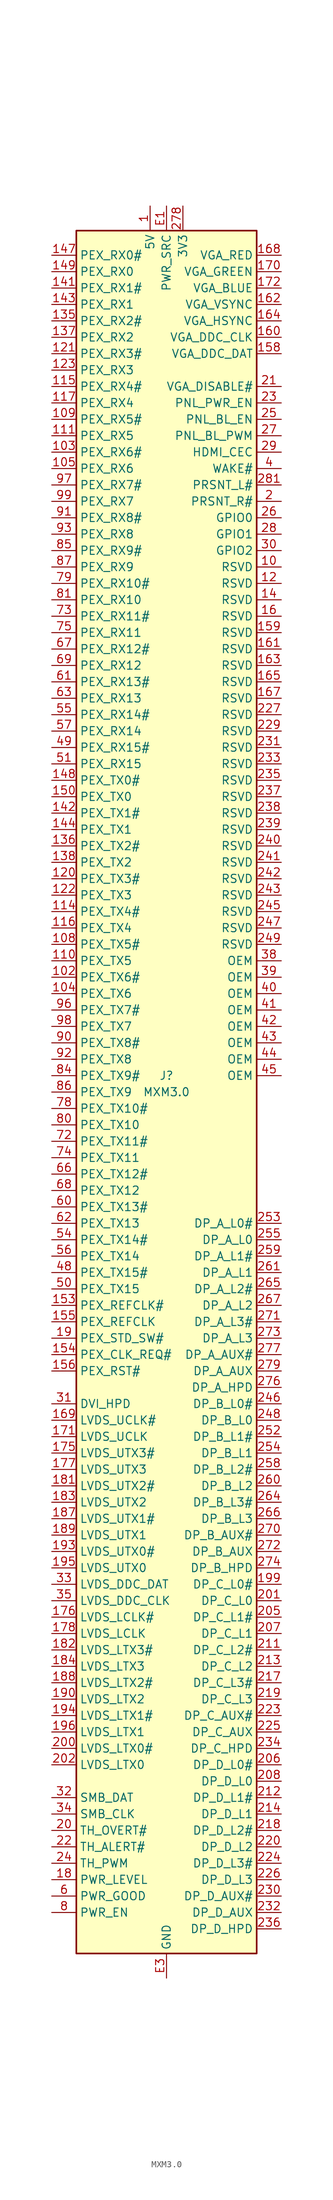
<source format=kicad_sym>
(kicad_symbol_lib
  (version 20220914)
  (generator kicad_symbol_editor)
  (symbol "MXM3.0"
    (property "Reference" "J"
      (at 0 2.54 0)
      (effects (font (size 1.27 1.27))))
    (property "Value" "MXM3.0"
      (at 0 0 0)
      (effects (font (size 1.27 1.27))))
    (symbol "MXM3.0_1_1"
      (rectangle (start -13.97 133.35) (end 13.97 -133.35) (stroke (width 0.254) (type default)) (fill (type background)))
      (pin power_in line (at -2.54 137.16 270) (length 3.81) (name "5V" (effects (font (size 1.27 1.27)))) (number "1" (effects (font (size 1.27 1.27)))))
      (pin bidirectional line (at 17.78 81.28 180) (length 3.81) (name "RSVD" (effects (font (size 1.27 1.27)))) (number "10" (effects (font (size 1.27 1.27)))))
      (pin passive line (at 0 -137.16 90) (length 3.81) hide (name "GND" (effects (font (size 1.27 1.27)))) (number "100" (effects (font (size 1.27 1.27)))))
      (pin passive line (at 0 -137.16 90) (length 3.81) hide (name "GND" (effects (font (size 1.27 1.27)))) (number "101" (effects (font (size 1.27 1.27)))))
      (pin input line (at -17.78 17.78 0) (length 3.81) (name "PEX_TX6#" (effects (font (size 1.27 1.27)))) (number "102" (effects (font (size 1.27 1.27)))))
      (pin output line (at -17.78 99.06 0) (length 3.81) (name "PEX_RX6#" (effects (font (size 1.27 1.27)))) (number "103" (effects (font (size 1.27 1.27)))))
      (pin input line (at -17.78 15.24 0) (length 3.81) (name "PEX_TX6" (effects (font (size 1.27 1.27)))) (number "104" (effects (font (size 1.27 1.27)))))
      (pin output line (at -17.78 96.52 0) (length 3.81) (name "PEX_RX6" (effects (font (size 1.27 1.27)))) (number "105" (effects (font (size 1.27 1.27)))))
      (pin passive line (at 0 -137.16 90) (length 3.81) hide (name "GND" (effects (font (size 1.27 1.27)))) (number "106" (effects (font (size 1.27 1.27)))))
      (pin passive line (at 0 -137.16 90) (length 3.81) hide (name "GND" (effects (font (size 1.27 1.27)))) (number "107" (effects (font (size 1.27 1.27)))))
      (pin input line (at -17.78 22.86 0) (length 3.81) (name "PEX_TX5#" (effects (font (size 1.27 1.27)))) (number "108" (effects (font (size 1.27 1.27)))))
      (pin output line (at -17.78 104.14 0) (length 3.81) (name "PEX_RX5#" (effects (font (size 1.27 1.27)))) (number "109" (effects (font (size 1.27 1.27)))))
      (pin passive line (at 0 -137.16 90) (length 3.81) hide (name "GND" (effects (font (size 1.27 1.27)))) (number "11" (effects (font (size 1.27 1.27)))))
      (pin input line (at -17.78 20.32 0) (length 3.81) (name "PEX_TX5" (effects (font (size 1.27 1.27)))) (number "110" (effects (font (size 1.27 1.27)))))
      (pin output line (at -17.78 101.6 0) (length 3.81) (name "PEX_RX5" (effects (font (size 1.27 1.27)))) (number "111" (effects (font (size 1.27 1.27)))))
      (pin passive line (at 0 -137.16 90) (length 3.81) hide (name "GND" (effects (font (size 1.27 1.27)))) (number "112" (effects (font (size 1.27 1.27)))))
      (pin passive line (at 0 -137.16 90) (length 3.81) hide (name "GND" (effects (font (size 1.27 1.27)))) (number "113" (effects (font (size 1.27 1.27)))))
      (pin input line (at -17.78 27.94 0) (length 3.81) (name "PEX_TX4#" (effects (font (size 1.27 1.27)))) (number "114" (effects (font (size 1.27 1.27)))))
      (pin output line (at -17.78 109.22 0) (length 3.81) (name "PEX_RX4#" (effects (font (size 1.27 1.27)))) (number "115" (effects (font (size 1.27 1.27)))))
      (pin input line (at -17.78 25.4 0) (length 3.81) (name "PEX_TX4" (effects (font (size 1.27 1.27)))) (number "116" (effects (font (size 1.27 1.27)))))
      (pin output line (at -17.78 106.68 0) (length 3.81) (name "PEX_RX4" (effects (font (size 1.27 1.27)))) (number "117" (effects (font (size 1.27 1.27)))))
      (pin passive line (at 0 -137.16 90) (length 3.81) hide (name "GND" (effects (font (size 1.27 1.27)))) (number "118" (effects (font (size 1.27 1.27)))))
      (pin passive line (at 0 -137.16 90) (length 3.81) hide (name "GND" (effects (font (size 1.27 1.27)))) (number "119" (effects (font (size 1.27 1.27)))))
      (pin bidirectional line (at 17.78 78.74 180) (length 3.81) (name "RSVD" (effects (font (size 1.27 1.27)))) (number "12" (effects (font (size 1.27 1.27)))))
      (pin input line (at -17.78 33.02 0) (length 3.81) (name "PEX_TX3#" (effects (font (size 1.27 1.27)))) (number "120" (effects (font (size 1.27 1.27)))))
      (pin output line (at -17.78 114.3 0) (length 3.81) (name "PEX_RX3#" (effects (font (size 1.27 1.27)))) (number "121" (effects (font (size 1.27 1.27)))))
      (pin input line (at -17.78 30.48 0) (length 3.81) (name "PEX_TX3" (effects (font (size 1.27 1.27)))) (number "122" (effects (font (size 1.27 1.27)))))
      (pin output line (at -17.78 111.76 0) (length 3.81) (name "PEX_RX3" (effects (font (size 1.27 1.27)))) (number "123" (effects (font (size 1.27 1.27)))))
      (pin passive line (at 0 -137.16 90) (length 3.81) hide (name "GND" (effects (font (size 1.27 1.27)))) (number "124" (effects (font (size 1.27 1.27)))))
      (pin passive line (at 0 -137.16 90) (length 3.81) hide (name "GND" (effects (font (size 1.27 1.27)))) (number "125" (effects (font (size 1.27 1.27)))))
      (pin passive line (at 0 -137.16 90) (length 3.81) hide (name "GND" (effects (font (size 1.27 1.27)))) (number "13" (effects (font (size 1.27 1.27)))))
      (pin passive line (at 0 -137.16 90) (length 3.81) hide (name "GND" (effects (font (size 1.27 1.27)))) (number "133" (effects (font (size 1.27 1.27)))))
      (pin passive line (at 0 -137.16 90) (length 3.81) hide (name "GND" (effects (font (size 1.27 1.27)))) (number "134" (effects (font (size 1.27 1.27)))))
      (pin output line (at -17.78 119.38 0) (length 3.81) (name "PEX_RX2#" (effects (font (size 1.27 1.27)))) (number "135" (effects (font (size 1.27 1.27)))))
      (pin input line (at -17.78 38.1 0) (length 3.81) (name "PEX_TX2#" (effects (font (size 1.27 1.27)))) (number "136" (effects (font (size 1.27 1.27)))))
      (pin output line (at -17.78 116.84 0) (length 3.81) (name "PEX_RX2" (effects (font (size 1.27 1.27)))) (number "137" (effects (font (size 1.27 1.27)))))
      (pin input line (at -17.78 35.56 0) (length 3.81) (name "PEX_TX2" (effects (font (size 1.27 1.27)))) (number "138" (effects (font (size 1.27 1.27)))))
      (pin passive line (at 0 -137.16 90) (length 3.81) hide (name "GND" (effects (font (size 1.27 1.27)))) (number "139" (effects (font (size 1.27 1.27)))))
      (pin bidirectional line (at 17.78 76.2 180) (length 3.81) (name "RSVD" (effects (font (size 1.27 1.27)))) (number "14" (effects (font (size 1.27 1.27)))))
      (pin passive line (at 0 -137.16 90) (length 3.81) hide (name "GND" (effects (font (size 1.27 1.27)))) (number "140" (effects (font (size 1.27 1.27)))))
      (pin output line (at -17.78 124.46 0) (length 3.81) (name "PEX_RX1#" (effects (font (size 1.27 1.27)))) (number "141" (effects (font (size 1.27 1.27)))))
      (pin input line (at -17.78 43.18 0) (length 3.81) (name "PEX_TX1#" (effects (font (size 1.27 1.27)))) (number "142" (effects (font (size 1.27 1.27)))))
      (pin output line (at -17.78 121.92 0) (length 3.81) (name "PEX_RX1" (effects (font (size 1.27 1.27)))) (number "143" (effects (font (size 1.27 1.27)))))
      (pin input line (at -17.78 40.64 0) (length 3.81) (name "PEX_TX1" (effects (font (size 1.27 1.27)))) (number "144" (effects (font (size 1.27 1.27)))))
      (pin passive line (at 0 -137.16 90) (length 3.81) hide (name "GND" (effects (font (size 1.27 1.27)))) (number "145" (effects (font (size 1.27 1.27)))))
      (pin passive line (at 0 -137.16 90) (length 3.81) hide (name "GND" (effects (font (size 1.27 1.27)))) (number "146" (effects (font (size 1.27 1.27)))))
      (pin output line (at -17.78 129.54 0) (length 3.81) (name "PEX_RX0#" (effects (font (size 1.27 1.27)))) (number "147" (effects (font (size 1.27 1.27)))))
      (pin input line (at -17.78 48.26 0) (length 3.81) (name "PEX_TX0#" (effects (font (size 1.27 1.27)))) (number "148" (effects (font (size 1.27 1.27)))))
      (pin output line (at -17.78 127 0) (length 3.81) (name "PEX_RX0" (effects (font (size 1.27 1.27)))) (number "149" (effects (font (size 1.27 1.27)))))
      (pin passive line (at 0 -137.16 90) (length 3.81) hide (name "GND" (effects (font (size 1.27 1.27)))) (number "15" (effects (font (size 1.27 1.27)))))
      (pin input line (at -17.78 45.72 0) (length 3.81) (name "PEX_TX0" (effects (font (size 1.27 1.27)))) (number "150" (effects (font (size 1.27 1.27)))))
      (pin passive line (at 0 -137.16 90) (length 3.81) hide (name "GND" (effects (font (size 1.27 1.27)))) (number "151" (effects (font (size 1.27 1.27)))))
      (pin passive line (at 0 -137.16 90) (length 3.81) hide (name "GND" (effects (font (size 1.27 1.27)))) (number "152" (effects (font (size 1.27 1.27)))))
      (pin input line (at -17.78 -33.02 0) (length 3.81) (name "PEX_REFCLK#" (effects (font (size 1.27 1.27)))) (number "153" (effects (font (size 1.27 1.27)))))
      (pin output line (at -17.78 -40.64 0) (length 3.81) (name "PEX_CLK_REQ#" (effects (font (size 1.27 1.27)))) (number "154" (effects (font (size 1.27 1.27)))))
      (pin input line (at -17.78 -35.56 0) (length 3.81) (name "PEX_REFCLK" (effects (font (size 1.27 1.27)))) (number "155" (effects (font (size 1.27 1.27)))))
      (pin input line (at -17.78 -43.18 0) (length 3.81) (name "PEX_RST#" (effects (font (size 1.27 1.27)))) (number "156" (effects (font (size 1.27 1.27)))))
      (pin passive line (at 0 -137.16 90) (length 3.81) hide (name "GND" (effects (font (size 1.27 1.27)))) (number "157" (effects (font (size 1.27 1.27)))))
      (pin bidirectional line (at 17.78 114.3 180) (length 3.81) (name "VGA_DDC_DAT" (effects (font (size 1.27 1.27)))) (number "158" (effects (font (size 1.27 1.27)))))
      (pin bidirectional line (at 17.78 71.12 180) (length 3.81) (name "RSVD" (effects (font (size 1.27 1.27)))) (number "159" (effects (font (size 1.27 1.27)))))
      (pin bidirectional line (at 17.78 73.66 180) (length 3.81) (name "RSVD" (effects (font (size 1.27 1.27)))) (number "16" (effects (font (size 1.27 1.27)))))
      (pin output line (at 17.78 116.84 180) (length 3.81) (name "VGA_DDC_CLK" (effects (font (size 1.27 1.27)))) (number "160" (effects (font (size 1.27 1.27)))))
      (pin bidirectional line (at 17.78 68.58 180) (length 3.81) (name "RSVD" (effects (font (size 1.27 1.27)))) (number "161" (effects (font (size 1.27 1.27)))))
      (pin output line (at 17.78 121.92 180) (length 3.81) (name "VGA_VSYNC" (effects (font (size 1.27 1.27)))) (number "162" (effects (font (size 1.27 1.27)))))
      (pin bidirectional line (at 17.78 66.04 180) (length 3.81) (name "RSVD" (effects (font (size 1.27 1.27)))) (number "163" (effects (font (size 1.27 1.27)))))
      (pin output line (at 17.78 119.38 180) (length 3.81) (name "VGA_HSYNC" (effects (font (size 1.27 1.27)))) (number "164" (effects (font (size 1.27 1.27)))))
      (pin bidirectional line (at 17.78 63.5 180) (length 3.81) (name "RSVD" (effects (font (size 1.27 1.27)))) (number "165" (effects (font (size 1.27 1.27)))))
      (pin passive line (at 0 -137.16 90) (length 3.81) hide (name "GND" (effects (font (size 1.27 1.27)))) (number "166" (effects (font (size 1.27 1.27)))))
      (pin bidirectional line (at 17.78 60.96 180) (length 3.81) (name "RSVD" (effects (font (size 1.27 1.27)))) (number "167" (effects (font (size 1.27 1.27)))))
      (pin output line (at 17.78 129.54 180) (length 3.81) (name "VGA_RED" (effects (font (size 1.27 1.27)))) (number "168" (effects (font (size 1.27 1.27)))))
      (pin output line (at -17.78 -50.8 0) (length 3.81) (name "LVDS_UCLK#" (effects (font (size 1.27 1.27)))) (number "169" (effects (font (size 1.27 1.27)))))
      (pin passive line (at 0 -137.16 90) (length 3.81) hide (name "GND" (effects (font (size 1.27 1.27)))) (number "17" (effects (font (size 1.27 1.27)))))
      (pin output line (at 17.78 127 180) (length 3.81) (name "VGA_GREEN" (effects (font (size 1.27 1.27)))) (number "170" (effects (font (size 1.27 1.27)))))
      (pin output line (at -17.78 -53.34 0) (length 3.81) (name "LVDS_UCLK" (effects (font (size 1.27 1.27)))) (number "171" (effects (font (size 1.27 1.27)))))
      (pin output line (at 17.78 124.46 180) (length 3.81) (name "VGA_BLUE" (effects (font (size 1.27 1.27)))) (number "172" (effects (font (size 1.27 1.27)))))
      (pin passive line (at 0 -137.16 90) (length 3.81) hide (name "GND" (effects (font (size 1.27 1.27)))) (number "173" (effects (font (size 1.27 1.27)))))
      (pin passive line (at 0 -137.16 90) (length 3.81) hide (name "GND" (effects (font (size 1.27 1.27)))) (number "174" (effects (font (size 1.27 1.27)))))
      (pin output line (at -17.78 -55.88 0) (length 3.81) (name "LVDS_UTX3#" (effects (font (size 1.27 1.27)))) (number "175" (effects (font (size 1.27 1.27)))))
      (pin output line (at -17.78 -81.28 0) (length 3.81) (name "LVDS_LCLK#" (effects (font (size 1.27 1.27)))) (number "176" (effects (font (size 1.27 1.27)))))
      (pin output line (at -17.78 -58.42 0) (length 3.81) (name "LVDS_UTX3" (effects (font (size 1.27 1.27)))) (number "177" (effects (font (size 1.27 1.27)))))
      (pin output line (at -17.78 -83.82 0) (length 3.81) (name "LVDS_LCLK" (effects (font (size 1.27 1.27)))) (number "178" (effects (font (size 1.27 1.27)))))
      (pin passive line (at 0 -137.16 90) (length 3.81) hide (name "GND" (effects (font (size 1.27 1.27)))) (number "179" (effects (font (size 1.27 1.27)))))
      (pin input line (at -17.78 -121.92 0) (length 3.81) (name "PWR_LEVEL" (effects (font (size 1.27 1.27)))) (number "18" (effects (font (size 1.27 1.27)))))
      (pin passive line (at 0 -137.16 90) (length 3.81) hide (name "GND" (effects (font (size 1.27 1.27)))) (number "180" (effects (font (size 1.27 1.27)))))
      (pin output line (at -17.78 -60.96 0) (length 3.81) (name "LVDS_UTX2#" (effects (font (size 1.27 1.27)))) (number "181" (effects (font (size 1.27 1.27)))))
      (pin output line (at -17.78 -86.36 0) (length 3.81) (name "LVDS_LTX3#" (effects (font (size 1.27 1.27)))) (number "182" (effects (font (size 1.27 1.27)))))
      (pin output line (at -17.78 -63.5 0) (length 3.81) (name "LVDS_UTX2" (effects (font (size 1.27 1.27)))) (number "183" (effects (font (size 1.27 1.27)))))
      (pin output line (at -17.78 -88.9 0) (length 3.81) (name "LVDS_LTX3" (effects (font (size 1.27 1.27)))) (number "184" (effects (font (size 1.27 1.27)))))
      (pin passive line (at 0 -137.16 90) (length 3.81) hide (name "GND" (effects (font (size 1.27 1.27)))) (number "185" (effects (font (size 1.27 1.27)))))
      (pin passive line (at 0 -137.16 90) (length 3.81) hide (name "GND" (effects (font (size 1.27 1.27)))) (number "186" (effects (font (size 1.27 1.27)))))
      (pin output line (at -17.78 -66.04 0) (length 3.81) (name "LVDS_UTX1#" (effects (font (size 1.27 1.27)))) (number "187" (effects (font (size 1.27 1.27)))))
      (pin output line (at -17.78 -91.44 0) (length 3.81) (name "LVDS_LTX2#" (effects (font (size 1.27 1.27)))) (number "188" (effects (font (size 1.27 1.27)))))
      (pin output line (at -17.78 -68.58 0) (length 3.81) (name "LVDS_UTX1" (effects (font (size 1.27 1.27)))) (number "189" (effects (font (size 1.27 1.27)))))
      (pin input line (at -17.78 -38.1 0) (length 3.81) (name "PEX_STD_SW#" (effects (font (size 1.27 1.27)))) (number "19" (effects (font (size 1.27 1.27)))))
      (pin output line (at -17.78 -93.98 0) (length 3.81) (name "LVDS_LTX2" (effects (font (size 1.27 1.27)))) (number "190" (effects (font (size 1.27 1.27)))))
      (pin passive line (at 0 -137.16 90) (length 3.81) hide (name "GND" (effects (font (size 1.27 1.27)))) (number "191" (effects (font (size 1.27 1.27)))))
      (pin passive line (at 0 -137.16 90) (length 3.81) hide (name "GND" (effects (font (size 1.27 1.27)))) (number "192" (effects (font (size 1.27 1.27)))))
      (pin output line (at -17.78 -71.12 0) (length 3.81) (name "LVDS_UTX0#" (effects (font (size 1.27 1.27)))) (number "193" (effects (font (size 1.27 1.27)))))
      (pin output line (at -17.78 -96.52 0) (length 3.81) (name "LVDS_LTX1#" (effects (font (size 1.27 1.27)))) (number "194" (effects (font (size 1.27 1.27)))))
      (pin output line (at -17.78 -73.66 0) (length 3.81) (name "LVDS_UTX0" (effects (font (size 1.27 1.27)))) (number "195" (effects (font (size 1.27 1.27)))))
      (pin output line (at -17.78 -99.06 0) (length 3.81) (name "LVDS_LTX1" (effects (font (size 1.27 1.27)))) (number "196" (effects (font (size 1.27 1.27)))))
      (pin passive line (at 0 -137.16 90) (length 3.81) hide (name "GND" (effects (font (size 1.27 1.27)))) (number "197" (effects (font (size 1.27 1.27)))))
      (pin passive line (at 0 -137.16 90) (length 3.81) hide (name "GND" (effects (font (size 1.27 1.27)))) (number "198" (effects (font (size 1.27 1.27)))))
      (pin output line (at 17.78 -76.2 180) (length 3.81) (name "DP_C_L0#" (effects (font (size 1.27 1.27)))) (number "199" (effects (font (size 1.27 1.27)))))
      (pin output line (at 17.78 91.44 180) (length 3.81) (name "PRSNT_R#" (effects (font (size 1.27 1.27)))) (number "2" (effects (font (size 1.27 1.27)))))
      (pin output line (at -17.78 -114.3 0) (length 3.81) (name "TH_OVERT#" (effects (font (size 1.27 1.27)))) (number "20" (effects (font (size 1.27 1.27)))))
      (pin output line (at -17.78 -101.6 0) (length 3.81) (name "LVDS_LTX0#" (effects (font (size 1.27 1.27)))) (number "200" (effects (font (size 1.27 1.27)))))
      (pin output line (at 17.78 -78.74 180) (length 3.81) (name "DP_C_L0" (effects (font (size 1.27 1.27)))) (number "201" (effects (font (size 1.27 1.27)))))
      (pin output line (at -17.78 -104.14 0) (length 3.81) (name "LVDS_LTX0" (effects (font (size 1.27 1.27)))) (number "202" (effects (font (size 1.27 1.27)))))
      (pin passive line (at 0 -137.16 90) (length 3.81) hide (name "GND" (effects (font (size 1.27 1.27)))) (number "203" (effects (font (size 1.27 1.27)))))
      (pin passive line (at 0 -137.16 90) (length 3.81) hide (name "GND" (effects (font (size 1.27 1.27)))) (number "204" (effects (font (size 1.27 1.27)))))
      (pin output line (at 17.78 -81.28 180) (length 3.81) (name "DP_C_L1#" (effects (font (size 1.27 1.27)))) (number "205" (effects (font (size 1.27 1.27)))))
      (pin output line (at 17.78 -104.14 180) (length 3.81) (name "DP_D_L0#" (effects (font (size 1.27 1.27)))) (number "206" (effects (font (size 1.27 1.27)))))
      (pin output line (at 17.78 -83.82 180) (length 3.81) (name "DP_C_L1" (effects (font (size 1.27 1.27)))) (number "207" (effects (font (size 1.27 1.27)))))
      (pin output line (at 17.78 -106.68 180) (length 3.81) (name "DP_D_L0" (effects (font (size 1.27 1.27)))) (number "208" (effects (font (size 1.27 1.27)))))
      (pin passive line (at 0 -137.16 90) (length 3.81) hide (name "GND" (effects (font (size 1.27 1.27)))) (number "209" (effects (font (size 1.27 1.27)))))
      (pin input line (at 17.78 109.22 180) (length 3.81) (name "VGA_DISABLE#" (effects (font (size 1.27 1.27)))) (number "21" (effects (font (size 1.27 1.27)))))
      (pin passive line (at 0 -137.16 90) (length 3.81) hide (name "GND" (effects (font (size 1.27 1.27)))) (number "210" (effects (font (size 1.27 1.27)))))
      (pin output line (at 17.78 -86.36 180) (length 3.81) (name "DP_C_L2#" (effects (font (size 1.27 1.27)))) (number "211" (effects (font (size 1.27 1.27)))))
      (pin output line (at 17.78 -109.22 180) (length 3.81) (name "DP_D_L1#" (effects (font (size 1.27 1.27)))) (number "212" (effects (font (size 1.27 1.27)))))
      (pin output line (at 17.78 -88.9 180) (length 3.81) (name "DP_C_L2" (effects (font (size 1.27 1.27)))) (number "213" (effects (font (size 1.27 1.27)))))
      (pin output line (at 17.78 -111.76 180) (length 3.81) (name "DP_D_L1" (effects (font (size 1.27 1.27)))) (number "214" (effects (font (size 1.27 1.27)))))
      (pin passive line (at 0 -137.16 90) (length 3.81) hide (name "GND" (effects (font (size 1.27 1.27)))) (number "215" (effects (font (size 1.27 1.27)))))
      (pin passive line (at 0 -137.16 90) (length 3.81) hide (name "GND" (effects (font (size 1.27 1.27)))) (number "216" (effects (font (size 1.27 1.27)))))
      (pin output line (at 17.78 -91.44 180) (length 3.81) (name "DP_C_L3#" (effects (font (size 1.27 1.27)))) (number "217" (effects (font (size 1.27 1.27)))))
      (pin output line (at 17.78 -114.3 180) (length 3.81) (name "DP_D_L2#" (effects (font (size 1.27 1.27)))) (number "218" (effects (font (size 1.27 1.27)))))
      (pin output line (at 17.78 -93.98 180) (length 3.81) (name "DP_C_L3" (effects (font (size 1.27 1.27)))) (number "219" (effects (font (size 1.27 1.27)))))
      (pin bidirectional line (at -17.78 -116.84 0) (length 3.81) (name "TH_ALERT#" (effects (font (size 1.27 1.27)))) (number "22" (effects (font (size 1.27 1.27)))))
      (pin output line (at 17.78 -116.84 180) (length 3.81) (name "DP_D_L2" (effects (font (size 1.27 1.27)))) (number "220" (effects (font (size 1.27 1.27)))))
      (pin passive line (at 0 -137.16 90) (length 3.81) hide (name "GND" (effects (font (size 1.27 1.27)))) (number "221" (effects (font (size 1.27 1.27)))))
      (pin passive line (at 0 -137.16 90) (length 3.81) hide (name "GND" (effects (font (size 1.27 1.27)))) (number "222" (effects (font (size 1.27 1.27)))))
      (pin bidirectional line (at 17.78 -96.52 180) (length 3.81) (name "DP_C_AUX#" (effects (font (size 1.27 1.27)))) (number "223" (effects (font (size 1.27 1.27)))))
      (pin output line (at 17.78 -119.38 180) (length 3.81) (name "DP_D_L3#" (effects (font (size 1.27 1.27)))) (number "224" (effects (font (size 1.27 1.27)))))
      (pin bidirectional line (at 17.78 -99.06 180) (length 3.81) (name "DP_C_AUX" (effects (font (size 1.27 1.27)))) (number "225" (effects (font (size 1.27 1.27)))))
      (pin output line (at 17.78 -121.92 180) (length 3.81) (name "DP_D_L3" (effects (font (size 1.27 1.27)))) (number "226" (effects (font (size 1.27 1.27)))))
      (pin bidirectional line (at 17.78 58.42 180) (length 3.81) (name "RSVD" (effects (font (size 1.27 1.27)))) (number "227" (effects (font (size 1.27 1.27)))))
      (pin passive line (at 0 -137.16 90) (length 3.81) hide (name "GND" (effects (font (size 1.27 1.27)))) (number "228" (effects (font (size 1.27 1.27)))))
      (pin bidirectional line (at 17.78 55.88 180) (length 3.81) (name "RSVD" (effects (font (size 1.27 1.27)))) (number "229" (effects (font (size 1.27 1.27)))))
      (pin output line (at 17.78 106.68 180) (length 3.81) (name "PNL_PWR_EN" (effects (font (size 1.27 1.27)))) (number "23" (effects (font (size 1.27 1.27)))))
      (pin bidirectional line (at 17.78 -124.46 180) (length 3.81) (name "DP_D_AUX#" (effects (font (size 1.27 1.27)))) (number "230" (effects (font (size 1.27 1.27)))))
      (pin bidirectional line (at 17.78 53.34 180) (length 3.81) (name "RSVD" (effects (font (size 1.27 1.27)))) (number "231" (effects (font (size 1.27 1.27)))))
      (pin bidirectional line (at 17.78 -127 180) (length 3.81) (name "DP_D_AUX" (effects (font (size 1.27 1.27)))) (number "232" (effects (font (size 1.27 1.27)))))
      (pin bidirectional line (at 17.78 50.8 180) (length 3.81) (name "RSVD" (effects (font (size 1.27 1.27)))) (number "233" (effects (font (size 1.27 1.27)))))
      (pin input line (at 17.78 -101.6 180) (length 3.81) (name "DP_C_HPD" (effects (font (size 1.27 1.27)))) (number "234" (effects (font (size 1.27 1.27)))))
      (pin bidirectional line (at 17.78 48.26 180) (length 3.81) (name "RSVD" (effects (font (size 1.27 1.27)))) (number "235" (effects (font (size 1.27 1.27)))))
      (pin input line (at 17.78 -129.54 180) (length 3.81) (name "DP_D_HPD" (effects (font (size 1.27 1.27)))) (number "236" (effects (font (size 1.27 1.27)))))
      (pin bidirectional line (at 17.78 45.72 180) (length 3.81) (name "RSVD" (effects (font (size 1.27 1.27)))) (number "237" (effects (font (size 1.27 1.27)))))
      (pin bidirectional line (at 17.78 43.18 180) (length 3.81) (name "RSVD" (effects (font (size 1.27 1.27)))) (number "238" (effects (font (size 1.27 1.27)))))
      (pin bidirectional line (at 17.78 40.64 180) (length 3.81) (name "RSVD" (effects (font (size 1.27 1.27)))) (number "239" (effects (font (size 1.27 1.27)))))
      (pin output line (at -17.78 -119.38 0) (length 3.81) (name "TH_PWM" (effects (font (size 1.27 1.27)))) (number "24" (effects (font (size 1.27 1.27)))))
      (pin bidirectional line (at 17.78 38.1 180) (length 3.81) (name "RSVD" (effects (font (size 1.27 1.27)))) (number "240" (effects (font (size 1.27 1.27)))))
      (pin bidirectional line (at 17.78 35.56 180) (length 3.81) (name "RSVD" (effects (font (size 1.27 1.27)))) (number "241" (effects (font (size 1.27 1.27)))))
      (pin bidirectional line (at 17.78 33.02 180) (length 3.81) (name "RSVD" (effects (font (size 1.27 1.27)))) (number "242" (effects (font (size 1.27 1.27)))))
      (pin bidirectional line (at 17.78 30.48 180) (length 3.81) (name "RSVD" (effects (font (size 1.27 1.27)))) (number "243" (effects (font (size 1.27 1.27)))))
      (pin passive line (at 0 -137.16 90) (length 3.81) hide (name "GND" (effects (font (size 1.27 1.27)))) (number "244" (effects (font (size 1.27 1.27)))))
      (pin bidirectional line (at 17.78 27.94 180) (length 3.81) (name "RSVD" (effects (font (size 1.27 1.27)))) (number "245" (effects (font (size 1.27 1.27)))))
      (pin output line (at 17.78 -48.26 180) (length 3.81) (name "DP_B_L0#" (effects (font (size 1.27 1.27)))) (number "246" (effects (font (size 1.27 1.27)))))
      (pin bidirectional line (at 17.78 25.4 180) (length 3.81) (name "RSVD" (effects (font (size 1.27 1.27)))) (number "247" (effects (font (size 1.27 1.27)))))
      (pin output line (at 17.78 -50.8 180) (length 3.81) (name "DP_B_L0" (effects (font (size 1.27 1.27)))) (number "248" (effects (font (size 1.27 1.27)))))
      (pin bidirectional line (at 17.78 22.86 180) (length 3.81) (name "RSVD" (effects (font (size 1.27 1.27)))) (number "249" (effects (font (size 1.27 1.27)))))
      (pin output line (at 17.78 104.14 180) (length 3.81) (name "PNL_BL_EN" (effects (font (size 1.27 1.27)))) (number "25" (effects (font (size 1.27 1.27)))))
      (pin passive line (at 0 -137.16 90) (length 3.81) hide (name "GND" (effects (font (size 1.27 1.27)))) (number "250" (effects (font (size 1.27 1.27)))))
      (pin passive line (at 0 -137.16 90) (length 3.81) hide (name "GND" (effects (font (size 1.27 1.27)))) (number "251" (effects (font (size 1.27 1.27)))))
      (pin output line (at 17.78 -53.34 180) (length 3.81) (name "DP_B_L1#" (effects (font (size 1.27 1.27)))) (number "252" (effects (font (size 1.27 1.27)))))
      (pin output line (at 17.78 -20.32 180) (length 3.81) (name "DP_A_L0#" (effects (font (size 1.27 1.27)))) (number "253" (effects (font (size 1.27 1.27)))))
      (pin output line (at 17.78 -55.88 180) (length 3.81) (name "DP_B_L1" (effects (font (size 1.27 1.27)))) (number "254" (effects (font (size 1.27 1.27)))))
      (pin output line (at 17.78 -22.86 180) (length 3.81) (name "DP_A_L0" (effects (font (size 1.27 1.27)))) (number "255" (effects (font (size 1.27 1.27)))))
      (pin passive line (at 0 -137.16 90) (length 3.81) hide (name "GND" (effects (font (size 1.27 1.27)))) (number "256" (effects (font (size 1.27 1.27)))))
      (pin passive line (at 0 -137.16 90) (length 3.81) hide (name "GND" (effects (font (size 1.27 1.27)))) (number "257" (effects (font (size 1.27 1.27)))))
      (pin output line (at 17.78 -58.42 180) (length 3.81) (name "DP_B_L2#" (effects (font (size 1.27 1.27)))) (number "258" (effects (font (size 1.27 1.27)))))
      (pin output line (at 17.78 -25.4 180) (length 3.81) (name "DP_A_L1#" (effects (font (size 1.27 1.27)))) (number "259" (effects (font (size 1.27 1.27)))))
      (pin bidirectional line (at 17.78 88.9 180) (length 3.81) (name "GPIO0" (effects (font (size 1.27 1.27)))) (number "26" (effects (font (size 1.27 1.27)))))
      (pin output line (at 17.78 -60.96 180) (length 3.81) (name "DP_B_L2" (effects (font (size 1.27 1.27)))) (number "260" (effects (font (size 1.27 1.27)))))
      (pin output line (at 17.78 -27.94 180) (length 3.81) (name "DP_A_L1" (effects (font (size 1.27 1.27)))) (number "261" (effects (font (size 1.27 1.27)))))
      (pin passive line (at 0 -137.16 90) (length 3.81) hide (name "GND" (effects (font (size 1.27 1.27)))) (number "262" (effects (font (size 1.27 1.27)))))
      (pin passive line (at 0 -137.16 90) (length 3.81) hide (name "GND" (effects (font (size 1.27 1.27)))) (number "263" (effects (font (size 1.27 1.27)))))
      (pin output line (at 17.78 -63.5 180) (length 3.81) (name "DP_B_L3#" (effects (font (size 1.27 1.27)))) (number "264" (effects (font (size 1.27 1.27)))))
      (pin output line (at 17.78 -30.48 180) (length 3.81) (name "DP_A_L2#" (effects (font (size 1.27 1.27)))) (number "265" (effects (font (size 1.27 1.27)))))
      (pin output line (at 17.78 -66.04 180) (length 3.81) (name "DP_B_L3" (effects (font (size 1.27 1.27)))) (number "266" (effects (font (size 1.27 1.27)))))
      (pin output line (at 17.78 -33.02 180) (length 3.81) (name "DP_A_L2" (effects (font (size 1.27 1.27)))) (number "267" (effects (font (size 1.27 1.27)))))
      (pin passive line (at 0 -137.16 90) (length 3.81) hide (name "GND" (effects (font (size 1.27 1.27)))) (number "268" (effects (font (size 1.27 1.27)))))
      (pin passive line (at 0 -137.16 90) (length 3.81) hide (name "GND" (effects (font (size 1.27 1.27)))) (number "269" (effects (font (size 1.27 1.27)))))
      (pin output line (at 17.78 101.6 180) (length 3.81) (name "PNL_BL_PWM" (effects (font (size 1.27 1.27)))) (number "27" (effects (font (size 1.27 1.27)))))
      (pin bidirectional line (at 17.78 -68.58 180) (length 3.81) (name "DP_B_AUX#" (effects (font (size 1.27 1.27)))) (number "270" (effects (font (size 1.27 1.27)))))
      (pin output line (at 17.78 -35.56 180) (length 3.81) (name "DP_A_L3#" (effects (font (size 1.27 1.27)))) (number "271" (effects (font (size 1.27 1.27)))))
      (pin bidirectional line (at 17.78 -71.12 180) (length 3.81) (name "DP_B_AUX" (effects (font (size 1.27 1.27)))) (number "272" (effects (font (size 1.27 1.27)))))
      (pin output line (at 17.78 -38.1 180) (length 3.81) (name "DP_A_L3" (effects (font (size 1.27 1.27)))) (number "273" (effects (font (size 1.27 1.27)))))
      (pin input line (at 17.78 -73.66 180) (length 3.81) (name "DP_B_HPD" (effects (font (size 1.27 1.27)))) (number "274" (effects (font (size 1.27 1.27)))))
      (pin passive line (at 0 -137.16 90) (length 3.81) hide (name "GND" (effects (font (size 1.27 1.27)))) (number "275" (effects (font (size 1.27 1.27)))))
      (pin input line (at 17.78 -45.72 180) (length 3.81) (name "DP_A_HPD" (effects (font (size 1.27 1.27)))) (number "276" (effects (font (size 1.27 1.27)))))
      (pin bidirectional line (at 17.78 -40.64 180) (length 3.81) (name "DP_A_AUX#" (effects (font (size 1.27 1.27)))) (number "277" (effects (font (size 1.27 1.27)))))
      (pin power_in line (at 2.54 137.16 270) (length 3.81) (name "3V3" (effects (font (size 1.27 1.27)))) (number "278" (effects (font (size 1.27 1.27)))))
      (pin bidirectional line (at 17.78 -43.18 180) (length 3.81) (name "DP_A_AUX" (effects (font (size 1.27 1.27)))) (number "279" (effects (font (size 1.27 1.27)))))
      (pin bidirectional line (at 17.78 86.36 180) (length 3.81) (name "GPIO1" (effects (font (size 1.27 1.27)))) (number "28" (effects (font (size 1.27 1.27)))))
      (pin passive line (at 2.54 137.16 270) (length 3.81) hide (name "3V3" (effects (font (size 1.27 1.27)))) (number "280" (effects (font (size 1.27 1.27)))))
      (pin output line (at 17.78 93.98 180) (length 3.81) (name "PRSNT_L#" (effects (font (size 1.27 1.27)))) (number "281" (effects (font (size 1.27 1.27)))))
      (pin bidirectional line (at 17.78 99.06 180) (length 3.81) (name "HDMI_CEC" (effects (font (size 1.27 1.27)))) (number "29" (effects (font (size 1.27 1.27)))))
      (pin passive line (at -2.54 137.16 270) (length 3.81) hide (name "5V" (effects (font (size 1.27 1.27)))) (number "3" (effects (font (size 1.27 1.27)))))
      (pin bidirectional line (at 17.78 83.82 180) (length 3.81) (name "GPIO2" (effects (font (size 1.27 1.27)))) (number "30" (effects (font (size 1.27 1.27)))))
      (pin input line (at -17.78 -48.26 0) (length 3.81) (name "DVI_HPD" (effects (font (size 1.27 1.27)))) (number "31" (effects (font (size 1.27 1.27)))))
      (pin bidirectional line (at -17.78 -109.22 0) (length 3.81) (name "SMB_DAT" (effects (font (size 1.27 1.27)))) (number "32" (effects (font (size 1.27 1.27)))))
      (pin bidirectional line (at -17.78 -76.2 0) (length 3.81) (name "LVDS_DDC_DAT" (effects (font (size 1.27 1.27)))) (number "33" (effects (font (size 1.27 1.27)))))
      (pin input line (at -17.78 -111.76 0) (length 3.81) (name "SMB_CLK" (effects (font (size 1.27 1.27)))) (number "34" (effects (font (size 1.27 1.27)))))
      (pin output line (at -17.78 -78.74 0) (length 3.81) (name "LVDS_DDC_CLK" (effects (font (size 1.27 1.27)))) (number "35" (effects (font (size 1.27 1.27)))))
      (pin passive line (at 0 -137.16 90) (length 3.81) hide (name "GND" (effects (font (size 1.27 1.27)))) (number "36" (effects (font (size 1.27 1.27)))))
      (pin passive line (at 0 -137.16 90) (length 3.81) hide (name "GND" (effects (font (size 1.27 1.27)))) (number "37" (effects (font (size 1.27 1.27)))))
      (pin bidirectional line (at 17.78 20.32 180) (length 3.81) (name "OEM" (effects (font (size 1.27 1.27)))) (number "38" (effects (font (size 1.27 1.27)))))
      (pin bidirectional line (at 17.78 17.78 180) (length 3.81) (name "OEM" (effects (font (size 1.27 1.27)))) (number "39" (effects (font (size 1.27 1.27)))))
      (pin output line (at 17.78 96.52 180) (length 3.81) (name "WAKE#" (effects (font (size 1.27 1.27)))) (number "4" (effects (font (size 1.27 1.27)))))
      (pin bidirectional line (at 17.78 15.24 180) (length 3.81) (name "OEM" (effects (font (size 1.27 1.27)))) (number "40" (effects (font (size 1.27 1.27)))))
      (pin bidirectional line (at 17.78 12.7 180) (length 3.81) (name "OEM" (effects (font (size 1.27 1.27)))) (number "41" (effects (font (size 1.27 1.27)))))
      (pin bidirectional line (at 17.78 10.16 180) (length 3.81) (name "OEM" (effects (font (size 1.27 1.27)))) (number "42" (effects (font (size 1.27 1.27)))))
      (pin bidirectional line (at 17.78 7.62 180) (length 3.81) (name "OEM" (effects (font (size 1.27 1.27)))) (number "43" (effects (font (size 1.27 1.27)))))
      (pin bidirectional line (at 17.78 5.08 180) (length 3.81) (name "OEM" (effects (font (size 1.27 1.27)))) (number "44" (effects (font (size 1.27 1.27)))))
      (pin bidirectional line (at 17.78 2.54 180) (length 3.81) (name "OEM" (effects (font (size 1.27 1.27)))) (number "45" (effects (font (size 1.27 1.27)))))
      (pin passive line (at 0 -137.16 90) (length 3.81) hide (name "GND" (effects (font (size 1.27 1.27)))) (number "46" (effects (font (size 1.27 1.27)))))
      (pin passive line (at 0 -137.16 90) (length 3.81) hide (name "GND" (effects (font (size 1.27 1.27)))) (number "47" (effects (font (size 1.27 1.27)))))
      (pin input line (at -17.78 -27.94 0) (length 3.81) (name "PEX_TX15#" (effects (font (size 1.27 1.27)))) (number "48" (effects (font (size 1.27 1.27)))))
      (pin output line (at -17.78 53.34 0) (length 3.81) (name "PEX_RX15#" (effects (font (size 1.27 1.27)))) (number "49" (effects (font (size 1.27 1.27)))))
      (pin passive line (at -2.54 137.16 270) (length 3.81) hide (name "5V" (effects (font (size 1.27 1.27)))) (number "5" (effects (font (size 1.27 1.27)))))
      (pin input line (at -17.78 -30.48 0) (length 3.81) (name "PEX_TX15" (effects (font (size 1.27 1.27)))) (number "50" (effects (font (size 1.27 1.27)))))
      (pin output line (at -17.78 50.8 0) (length 3.81) (name "PEX_RX15" (effects (font (size 1.27 1.27)))) (number "51" (effects (font (size 1.27 1.27)))))
      (pin passive line (at 0 -137.16 90) (length 3.81) hide (name "GND" (effects (font (size 1.27 1.27)))) (number "52" (effects (font (size 1.27 1.27)))))
      (pin passive line (at 0 -137.16 90) (length 3.81) hide (name "GND" (effects (font (size 1.27 1.27)))) (number "53" (effects (font (size 1.27 1.27)))))
      (pin input line (at -17.78 -22.86 0) (length 3.81) (name "PEX_TX14#" (effects (font (size 1.27 1.27)))) (number "54" (effects (font (size 1.27 1.27)))))
      (pin output line (at -17.78 58.42 0) (length 3.81) (name "PEX_RX14#" (effects (font (size 1.27 1.27)))) (number "55" (effects (font (size 1.27 1.27)))))
      (pin input line (at -17.78 -25.4 0) (length 3.81) (name "PEX_TX14" (effects (font (size 1.27 1.27)))) (number "56" (effects (font (size 1.27 1.27)))))
      (pin output line (at -17.78 55.88 0) (length 3.81) (name "PEX_RX14" (effects (font (size 1.27 1.27)))) (number "57" (effects (font (size 1.27 1.27)))))
      (pin passive line (at 0 -137.16 90) (length 3.81) hide (name "GND" (effects (font (size 1.27 1.27)))) (number "58" (effects (font (size 1.27 1.27)))))
      (pin passive line (at 0 -137.16 90) (length 3.81) hide (name "GND" (effects (font (size 1.27 1.27)))) (number "59" (effects (font (size 1.27 1.27)))))
      (pin output line (at -17.78 -124.46 0) (length 3.81) (name "PWR_GOOD" (effects (font (size 1.27 1.27)))) (number "6" (effects (font (size 1.27 1.27)))))
      (pin input line (at -17.78 -17.78 0) (length 3.81) (name "PEX_TX13#" (effects (font (size 1.27 1.27)))) (number "60" (effects (font (size 1.27 1.27)))))
      (pin output line (at -17.78 63.5 0) (length 3.81) (name "PEX_RX13#" (effects (font (size 1.27 1.27)))) (number "61" (effects (font (size 1.27 1.27)))))
      (pin input line (at -17.78 -20.32 0) (length 3.81) (name "PEX_TX13" (effects (font (size 1.27 1.27)))) (number "62" (effects (font (size 1.27 1.27)))))
      (pin output line (at -17.78 60.96 0) (length 3.81) (name "PEX_RX13" (effects (font (size 1.27 1.27)))) (number "63" (effects (font (size 1.27 1.27)))))
      (pin passive line (at 0 -137.16 90) (length 3.81) hide (name "GND" (effects (font (size 1.27 1.27)))) (number "64" (effects (font (size 1.27 1.27)))))
      (pin passive line (at 0 -137.16 90) (length 3.81) hide (name "GND" (effects (font (size 1.27 1.27)))) (number "65" (effects (font (size 1.27 1.27)))))
      (pin input line (at -17.78 -12.7 0) (length 3.81) (name "PEX_TX12#" (effects (font (size 1.27 1.27)))) (number "66" (effects (font (size 1.27 1.27)))))
      (pin output line (at -17.78 68.58 0) (length 3.81) (name "PEX_RX12#" (effects (font (size 1.27 1.27)))) (number "67" (effects (font (size 1.27 1.27)))))
      (pin input line (at -17.78 -15.24 0) (length 3.81) (name "PEX_TX12" (effects (font (size 1.27 1.27)))) (number "68" (effects (font (size 1.27 1.27)))))
      (pin output line (at -17.78 66.04 0) (length 3.81) (name "PEX_RX12" (effects (font (size 1.27 1.27)))) (number "69" (effects (font (size 1.27 1.27)))))
      (pin passive line (at -2.54 137.16 270) (length 3.81) hide (name "5V" (effects (font (size 1.27 1.27)))) (number "7" (effects (font (size 1.27 1.27)))))
      (pin passive line (at 0 -137.16 90) (length 3.81) hide (name "GND" (effects (font (size 1.27 1.27)))) (number "70" (effects (font (size 1.27 1.27)))))
      (pin passive line (at 0 -137.16 90) (length 3.81) hide (name "GND" (effects (font (size 1.27 1.27)))) (number "71" (effects (font (size 1.27 1.27)))))
      (pin input line (at -17.78 -7.62 0) (length 3.81) (name "PEX_TX11#" (effects (font (size 1.27 1.27)))) (number "72" (effects (font (size 1.27 1.27)))))
      (pin output line (at -17.78 73.66 0) (length 3.81) (name "PEX_RX11#" (effects (font (size 1.27 1.27)))) (number "73" (effects (font (size 1.27 1.27)))))
      (pin input line (at -17.78 -10.16 0) (length 3.81) (name "PEX_TX11" (effects (font (size 1.27 1.27)))) (number "74" (effects (font (size 1.27 1.27)))))
      (pin output line (at -17.78 71.12 0) (length 3.81) (name "PEX_RX11" (effects (font (size 1.27 1.27)))) (number "75" (effects (font (size 1.27 1.27)))))
      (pin passive line (at 0 -137.16 90) (length 3.81) hide (name "GND" (effects (font (size 1.27 1.27)))) (number "76" (effects (font (size 1.27 1.27)))))
      (pin passive line (at 0 -137.16 90) (length 3.81) hide (name "GND" (effects (font (size 1.27 1.27)))) (number "77" (effects (font (size 1.27 1.27)))))
      (pin input line (at -17.78 -2.54 0) (length 3.81) (name "PEX_TX10#" (effects (font (size 1.27 1.27)))) (number "78" (effects (font (size 1.27 1.27)))))
      (pin output line (at -17.78 78.74 0) (length 3.81) (name "PEX_RX10#" (effects (font (size 1.27 1.27)))) (number "79" (effects (font (size 1.27 1.27)))))
      (pin input line (at -17.78 -127 0) (length 3.81) (name "PWR_EN" (effects (font (size 1.27 1.27)))) (number "8" (effects (font (size 1.27 1.27)))))
      (pin input line (at -17.78 -5.08 0) (length 3.81) (name "PEX_TX10" (effects (font (size 1.27 1.27)))) (number "80" (effects (font (size 1.27 1.27)))))
      (pin output line (at -17.78 76.2 0) (length 3.81) (name "PEX_RX10" (effects (font (size 1.27 1.27)))) (number "81" (effects (font (size 1.27 1.27)))))
      (pin passive line (at 0 -137.16 90) (length 3.81) hide (name "GND" (effects (font (size 1.27 1.27)))) (number "82" (effects (font (size 1.27 1.27)))))
      (pin passive line (at 0 -137.16 90) (length 3.81) hide (name "GND" (effects (font (size 1.27 1.27)))) (number "83" (effects (font (size 1.27 1.27)))))
      (pin input line (at -17.78 2.54 0) (length 3.81) (name "PEX_TX9#" (effects (font (size 1.27 1.27)))) (number "84" (effects (font (size 1.27 1.27)))))
      (pin output line (at -17.78 83.82 0) (length 3.81) (name "PEX_RX9#" (effects (font (size 1.27 1.27)))) (number "85" (effects (font (size 1.27 1.27)))))
      (pin input line (at -17.78 0 0) (length 3.81) (name "PEX_TX9" (effects (font (size 1.27 1.27)))) (number "86" (effects (font (size 1.27 1.27)))))
      (pin output line (at -17.78 81.28 0) (length 3.81) (name "PEX_RX9" (effects (font (size 1.27 1.27)))) (number "87" (effects (font (size 1.27 1.27)))))
      (pin passive line (at 0 -137.16 90) (length 3.81) hide (name "GND" (effects (font (size 1.27 1.27)))) (number "88" (effects (font (size 1.27 1.27)))))
      (pin passive line (at 0 -137.16 90) (length 3.81) hide (name "GND" (effects (font (size 1.27 1.27)))) (number "89" (effects (font (size 1.27 1.27)))))
      (pin passive line (at -2.54 137.16 270) (length 3.81) hide (name "5V" (effects (font (size 1.27 1.27)))) (number "9" (effects (font (size 1.27 1.27)))))
      (pin input line (at -17.78 7.62 0) (length 3.81) (name "PEX_TX8#" (effects (font (size 1.27 1.27)))) (number "90" (effects (font (size 1.27 1.27)))))
      (pin output line (at -17.78 88.9 0) (length 3.81) (name "PEX_RX8#" (effects (font (size 1.27 1.27)))) (number "91" (effects (font (size 1.27 1.27)))))
      (pin input line (at -17.78 5.08 0) (length 3.81) (name "PEX_TX8" (effects (font (size 1.27 1.27)))) (number "92" (effects (font (size 1.27 1.27)))))
      (pin output line (at -17.78 86.36 0) (length 3.81) (name "PEX_RX8" (effects (font (size 1.27 1.27)))) (number "93" (effects (font (size 1.27 1.27)))))
      (pin passive line (at 0 -137.16 90) (length 3.81) hide (name "GND" (effects (font (size 1.27 1.27)))) (number "94" (effects (font (size 1.27 1.27)))))
      (pin passive line (at 0 -137.16 90) (length 3.81) hide (name "GND" (effects (font (size 1.27 1.27)))) (number "95" (effects (font (size 1.27 1.27)))))
      (pin input line (at -17.78 12.7 0) (length 3.81) (name "PEX_TX7#" (effects (font (size 1.27 1.27)))) (number "96" (effects (font (size 1.27 1.27)))))
      (pin output line (at -17.78 93.98 0) (length 3.81) (name "PEX_RX7#" (effects (font (size 1.27 1.27)))) (number "97" (effects (font (size 1.27 1.27)))))
      (pin input line (at -17.78 10.16 0) (length 3.81) (name "PEX_TX7" (effects (font (size 1.27 1.27)))) (number "98" (effects (font (size 1.27 1.27)))))
      (pin output line (at -17.78 91.44 0) (length 3.81) (name "PEX_RX7" (effects (font (size 1.27 1.27)))) (number "99" (effects (font (size 1.27 1.27)))))
      (pin power_in line (at 0 137.16 270) (length 3.81) (name "PWR_SRC" (effects (font (size 1.27 1.27)))) (number "E1" (effects (font (size 1.27 1.27)))))
      (pin passive line (at 0 137.16 270) (length 3.81) hide (name "PWR_SRC" (effects (font (size 1.27 1.27)))) (number "E2" (effects (font (size 1.27 1.27)))))
      (pin power_in line (at 0 -137.16 90) (length 3.81) (name "GND" (effects (font (size 1.27 1.27)))) (number "E3" (effects (font (size 1.27 1.27)))))
      (pin passive line (at 0 -137.16 90) (length 3.81) hide (name "GND" (effects (font (size 1.27 1.27)))) (number "E4" (effects (font (size 1.27 1.27))))))))
</source>
